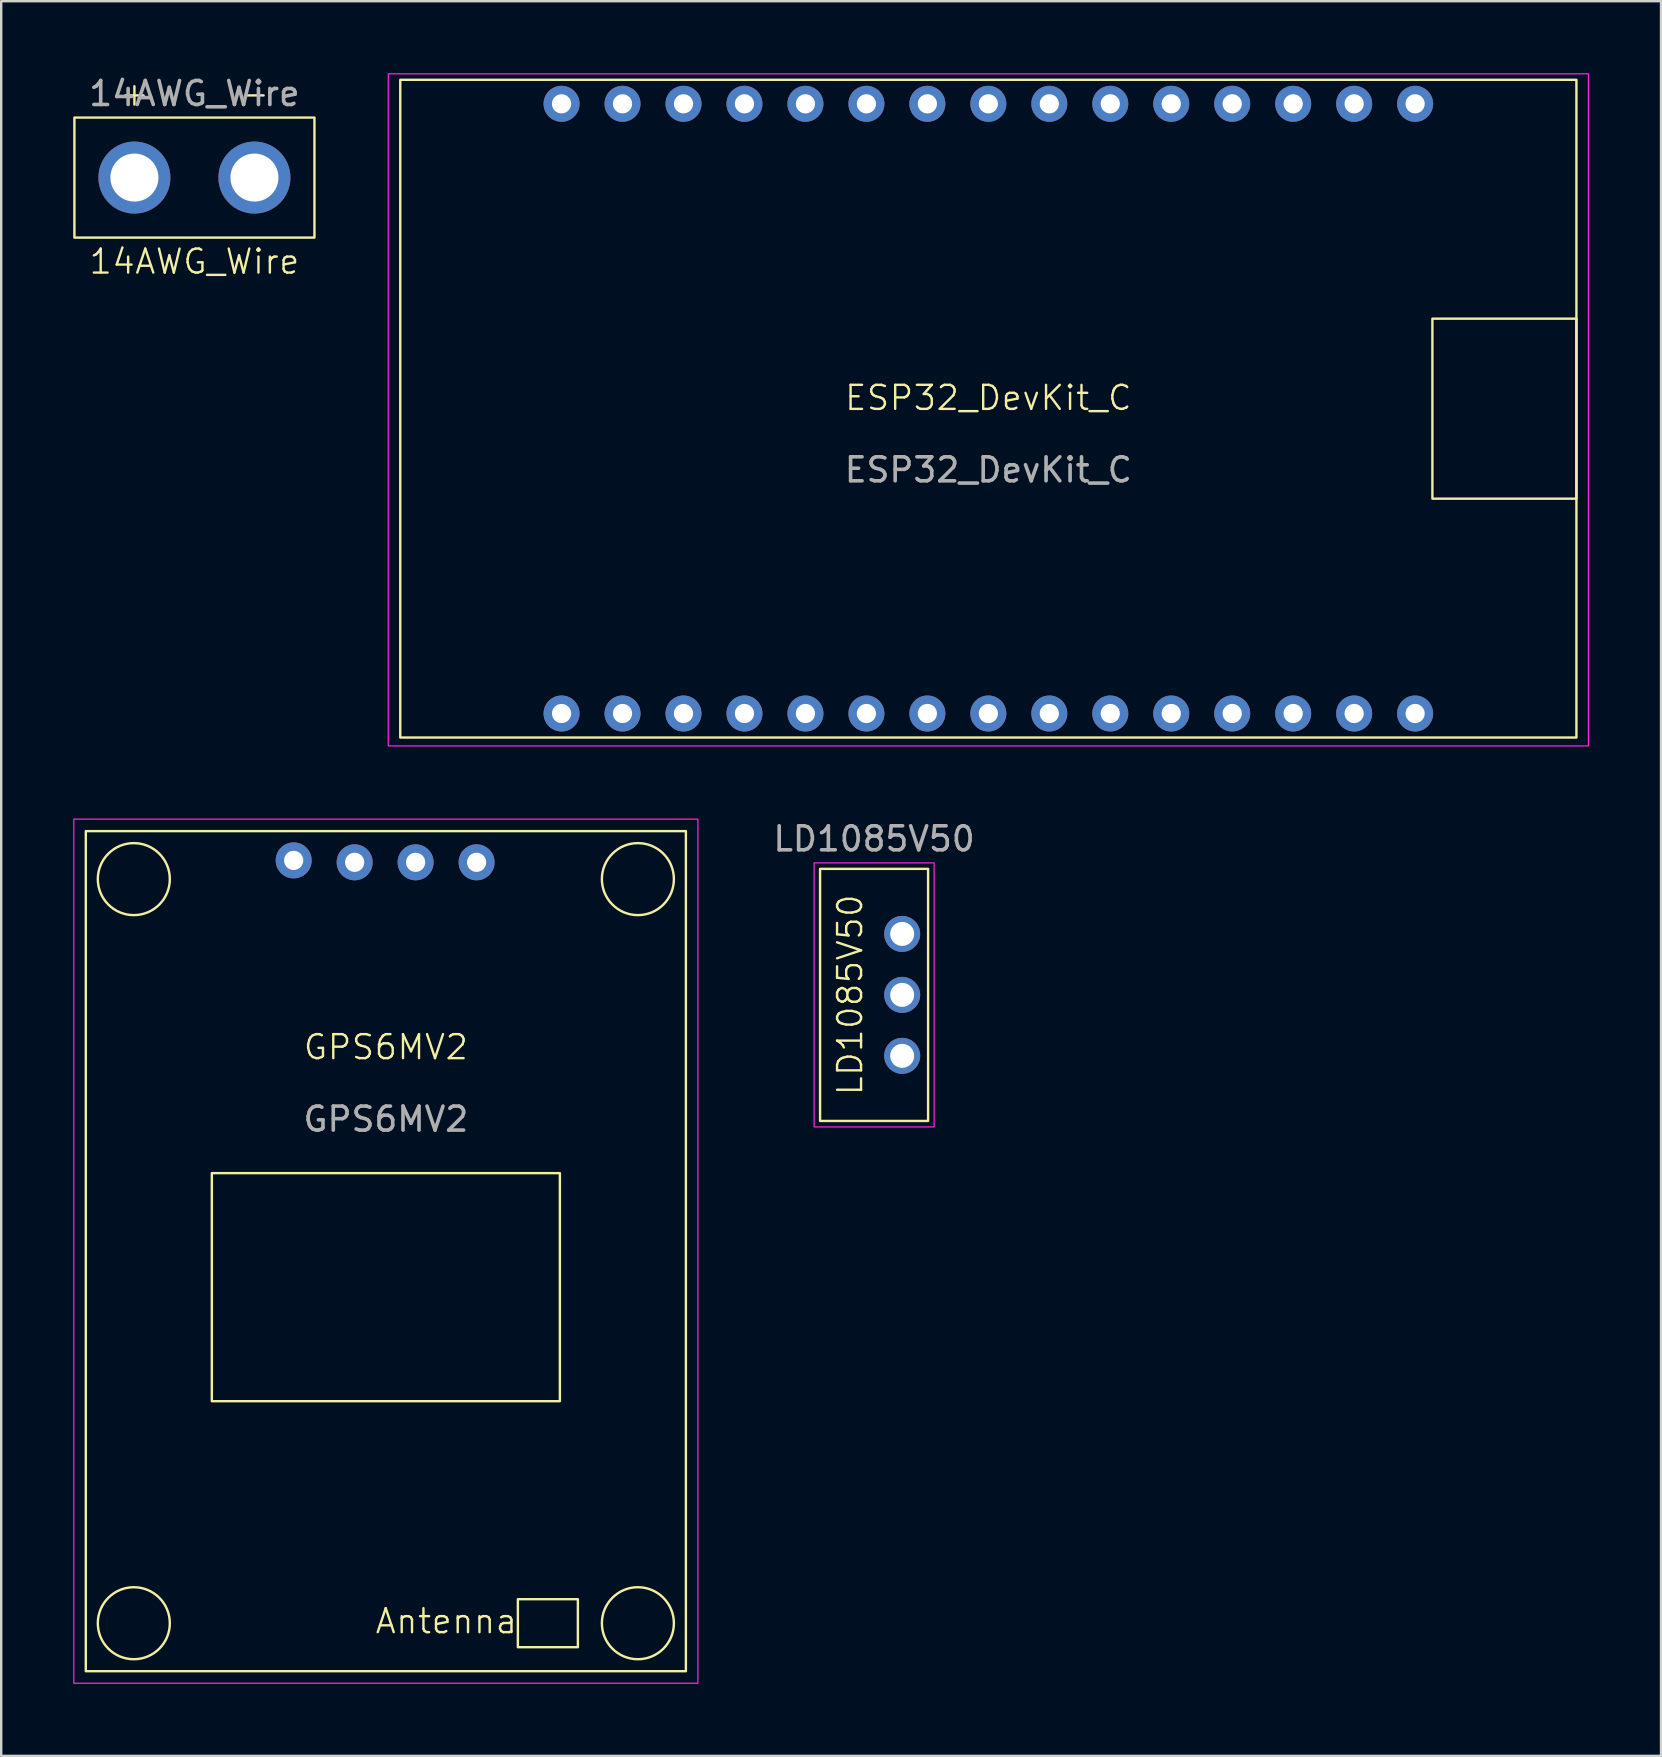
<source format=kicad_pcb>
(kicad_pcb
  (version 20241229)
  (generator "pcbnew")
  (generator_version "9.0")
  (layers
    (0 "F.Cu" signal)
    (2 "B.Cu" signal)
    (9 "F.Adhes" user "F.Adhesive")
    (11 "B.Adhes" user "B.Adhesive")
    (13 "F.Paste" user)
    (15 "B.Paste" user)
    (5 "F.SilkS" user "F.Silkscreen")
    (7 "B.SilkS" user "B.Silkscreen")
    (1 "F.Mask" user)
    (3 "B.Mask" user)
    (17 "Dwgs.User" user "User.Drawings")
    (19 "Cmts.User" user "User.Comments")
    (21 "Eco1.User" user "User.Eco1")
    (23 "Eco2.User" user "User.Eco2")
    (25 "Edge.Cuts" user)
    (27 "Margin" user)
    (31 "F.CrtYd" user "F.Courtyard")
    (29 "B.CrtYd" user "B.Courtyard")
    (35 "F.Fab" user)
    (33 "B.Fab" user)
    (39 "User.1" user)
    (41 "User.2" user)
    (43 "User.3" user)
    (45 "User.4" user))
  (footprint "GPS6MV2"
    (layer "F.Cu")
    (at 13.025 49.075)
    (property "Reference" "GPS6MV2" (at 0 -8.5 0) (unlocked yes) (layer "F.SilkS") (effects (font (size 1 1) (thickness 0.1))))
    (attr through_hole)
    (fp_rect (start -12.5 -17.5) (end 12.5 17.5) (stroke (width 0.1) (type default)) (fill no) (layer "F.SilkS"))
    (fp_rect (start -7.25 -3.25) (end 7.25 6.25) (stroke (width 0.1) (type default)) (fill no) (layer "F.SilkS"))
    (fp_rect (start 5.5 14.5) (end 8 16.5) (stroke (width 0.1) (type default)) (fill no) (layer "F.SilkS"))
    (fp_circle (center -10.5 -15.5) (end -9 -15.5) (stroke (width 0.1) (type default)) (fill no) (layer "F.SilkS"))
    (fp_circle (center -10.5 15.5) (end -9 15.5) (stroke (width 0.1) (type default)) (fill no) (layer "F.SilkS"))
    (fp_circle (center 10.5 -15.5) (end 12 -15.5) (stroke (width 0.1) (type default)) (fill no) (layer "F.SilkS"))
    (fp_circle (center 10.5 15.5) (end 12 15.5) (stroke (width 0.1) (type default)) (fill no) (layer "F.SilkS"))
    (fp_rect (start -13 -18) (end 13 18) (stroke (width 0.05) (type default)) (fill no) (layer "F.CrtYd"))
    (fp_text user "Antenna" (at -0.5 16 0) (unlocked yes) (layer "F.SilkS") (effects (font (size 1 1) (thickness 0.1)) (justify left bottom)))
    (fp_text user "${REFERENCE}" (at 0 -5.5 0) (unlocked yes) (layer "F.Fab") (effects (font (size 1 1) (thickness 0.15))))
    (pad "1" thru_hole circle (at -3.84 -16.28) (size 1.5 1.5) (drill 0.8) (layers "*.Cu" "*.Mask"))
    (pad "2" thru_hole circle (at 3.78 -16.2) (size 1.5 1.5) (drill 0.8) (layers "*.Cu" "*.Mask"))
    (pad "3" thru_hole circle (at -1.3 -16.2) (size 1.5 1.5) (drill 0.8) (layers "*.Cu" "*.Mask"))
    (pad "4" thru_hole circle (at 1.24 -16.2) (size 1.5 1.5) (drill 0.8) (layers "*.Cu" "*.Mask")))
  (footprint "LD1085V50"
    (layer "F.Cu")
    (at 33.365 38.398)
    (property "Reference" "LD1085V50" (at -1 0 90) (unlocked yes) (layer "F.SilkS") (effects (font (size 1 1) (thickness 0.1))))
    (attr through_hole)
    (fp_rect (start -2.25 -5.25) (end 2.25 5.25) (stroke (width 0.1) (type default)) (fill no) (layer "F.SilkS"))
    (fp_rect (start -2.5 -5.5) (end 2.5 5.5) (stroke (width 0.05) (type default)) (fill no) (layer "F.CrtYd"))
    (fp_text user "${REFERENCE}" (at 0 -6.5 0) (unlocked yes) (layer "F.Fab") (effects (font (size 1 1) (thickness 0.15))))
    (pad "1" thru_hole circle (at 1.17 -2.54) (size 1.5 1.5) (drill 1) (layers "*.Cu" "*.Mask"))
    (pad "2" thru_hole circle (at 1.17 0) (size 1.5 1.5) (drill 1) (layers "*.Cu" "*.Mask"))
    (pad "3" thru_hole circle (at 1.17 2.54) (size 1.5 1.5) (drill 1) (layers "*.Cu" "*.Mask")))
  (footprint "ESP32_DevKit_C"
    (layer "F.Cu")
    (at 38.125 14.025)
    (property "Reference" "ESP32_DevKit_C" (at 0 -0.5 0) (unlocked yes) (layer "F.SilkS") (effects (font (size 1 1) (thickness 0.1))))
    (attr through_hole)
    (fp_rect (start -24.5 -13.75) (end 24.5 13.65) (stroke (width 0.1) (type default)) (fill no) (layer "F.SilkS"))
    (fp_rect (start 18.5 -3.8) (end 24.5 3.7) (stroke (width 0.1) (type default)) (fill no) (layer "F.SilkS"))
    (fp_rect (start -25 -14) (end 25 14) (stroke (width 0.05) (type default)) (fill no) (layer "F.CrtYd"))
    (fp_text user "${REFERENCE}" (at 0 2.5 0) (unlocked yes) (layer "F.Fab") (effects (font (size 1 1) (thickness 0.15))))
    (pad "1" thru_hole circle (at 17.78 -12.75) (size 1.5 1.5) (drill 0.8) (layers "*.Cu" "*.Mask"))
    (pad "2" thru_hole circle (at 15.24 -12.75) (size 1.5 1.5) (drill 0.8) (layers "*.Cu" "*.Mask"))
    (pad "3" thru_hole circle (at 12.7 -12.75) (size 1.5 1.5) (drill 0.8) (layers "*.Cu" "*.Mask"))
    (pad "4" thru_hole circle (at 10.16 -12.75) (size 1.5 1.5) (drill 0.8) (layers "*.Cu" "*.Mask"))
    (pad "5" thru_hole circle (at 7.62 -12.75) (size 1.5 1.5) (drill 0.8) (layers "*.Cu" "*.Mask"))
    (pad "6" thru_hole circle (at 5.08 -12.75) (size 1.5 1.5) (drill 0.8) (layers "*.Cu" "*.Mask"))
    (pad "7" thru_hole circle (at 2.54 -12.75) (size 1.5 1.5) (drill 0.8) (layers "*.Cu" "*.Mask"))
    (pad "8" thru_hole circle (at 0 -12.75) (size 1.5 1.5) (drill 0.8) (layers "*.Cu" "*.Mask"))
    (pad "9" thru_hole circle (at -2.54 -12.75) (size 1.5 1.5) (drill 0.8) (layers "*.Cu" "*.Mask"))
    (pad "10" thru_hole circle (at -5.08 -12.75) (size 1.5 1.5) (drill 0.8) (layers "*.Cu" "*.Mask"))
    (pad "11" thru_hole circle (at -7.62 -12.75) (size 1.5 1.5) (drill 0.8) (layers "*.Cu" "*.Mask"))
    (pad "12" thru_hole circle (at -10.16 -12.75) (size 1.5 1.5) (drill 0.8) (layers "*.Cu" "*.Mask"))
    (pad "13" thru_hole circle (at -12.7 -12.75) (size 1.5 1.5) (drill 0.8) (layers "*.Cu" "*.Mask"))
    (pad "14" thru_hole circle (at -15.24 -12.75) (size 1.5 1.5) (drill 0.8) (layers "*.Cu" "*.Mask"))
    (pad "15" thru_hole circle (at -17.78 -12.75) (size 1.5 1.5) (drill 0.8) (layers "*.Cu" "*.Mask"))
    (pad "16" thru_hole circle (at 17.78 12.65) (size 1.5 1.5) (drill 0.8) (layers "*.Cu" "*.Mask"))
    (pad "17" thru_hole circle (at 15.24 12.65) (size 1.5 1.5) (drill 0.8) (layers "*.Cu" "*.Mask"))
    (pad "18" thru_hole circle (at 12.7 12.65) (size 1.5 1.5) (drill 0.8) (layers "*.Cu" "*.Mask"))
    (pad "19" thru_hole circle (at 10.16 12.65) (size 1.5 1.5) (drill 0.8) (layers "*.Cu" "*.Mask"))
    (pad "20" thru_hole circle (at 7.62 12.65) (size 1.5 1.5) (drill 0.8) (layers "*.Cu" "*.Mask"))
    (pad "21" thru_hole circle (at 5.08 12.65) (size 1.5 1.5) (drill 0.8) (layers "*.Cu" "*.Mask"))
    (pad "22" thru_hole circle (at 2.54 12.65) (size 1.5 1.5) (drill 0.8) (layers "*.Cu" "*.Mask"))
    (pad "23" thru_hole circle (at 0 12.65) (size 1.5 1.5) (drill 0.8) (layers "*.Cu" "*.Mask"))
    (pad "24" thru_hole circle (at -2.54 12.65) (size 1.5 1.5) (drill 0.8) (layers "*.Cu" "*.Mask"))
    (pad "25" thru_hole circle (at -5.08 12.65) (size 1.5 1.5) (drill 0.8) (layers "*.Cu" "*.Mask"))
    (pad "26" thru_hole circle (at -7.62 12.65) (size 1.5 1.5) (drill 0.8) (layers "*.Cu" "*.Mask"))
    (pad "27" thru_hole circle (at -10.16 12.65) (size 1.5 1.5) (drill 0.8) (layers "*.Cu" "*.Mask"))
    (pad "28" thru_hole circle (at -12.7 12.65) (size 1.5 1.5) (drill 0.8) (layers "*.Cu" "*.Mask"))
    (pad "29" thru_hole circle (at -15.24 12.65) (size 1.5 1.5) (drill 0.8) (layers "*.Cu" "*.Mask"))
    (pad "30" thru_hole circle (at -17.78 12.65) (size 1.5 1.5) (drill 0.8) (layers "*.Cu" "*.Mask")))
  (footprint "14AWG_Wire"
    (layer "F.Cu")
    (at 5.05 4.348)
    (property "Reference" "14AWG_Wire" (at 0 3.5 0) (unlocked yes) (layer "F.SilkS") (effects (font (size 1 1) (thickness 0.1))))
    (attr through_hole)
    (fp_rect (start -5 -2.5) (end 5 2.5) (stroke (width 0.1) (type default)) (fill no) (layer "F.SilkS"))
    (fp_text user "-" (at 2.5 -3.5 0) (unlocked yes) (layer "F.SilkS") (effects (font (size 1 1) (thickness 0.1))))
    (fp_text user "+" (at -2.5 -3.5 0) (unlocked yes) (layer "F.SilkS") (effects (font (size 1 1) (thickness 0.1))))
    (fp_text user "${REFERENCE}" (at 0 -3.5 0) (unlocked yes) (layer "F.Fab") (effects (font (size 1 1) (thickness 0.15))))
    (pad "1" thru_hole circle (at -2.5 0) (size 3 3) (drill 2) (layers "*.Cu" "*.Mask"))
    (pad "2" thru_hole circle (at 2.5 0) (size 3 3) (drill 2) (layers "*.Cu" "*.Mask")))
  (gr_rect
    (start -3 -3)
    (end 66.15 70.1)
    (stroke (width 0.1) (type default))
    (fill no)
    (layer "Edge.Cuts")))
</source>
